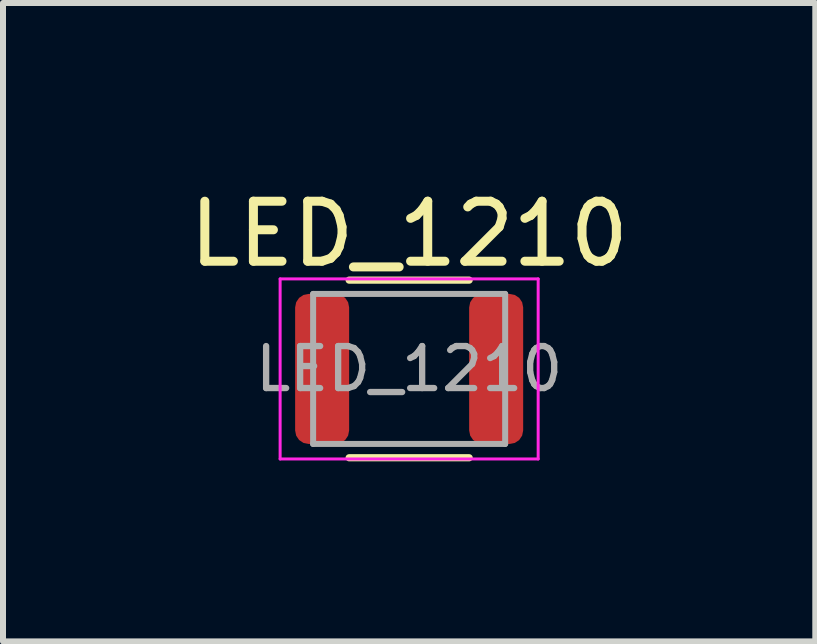
<source format=kicad_pcb>
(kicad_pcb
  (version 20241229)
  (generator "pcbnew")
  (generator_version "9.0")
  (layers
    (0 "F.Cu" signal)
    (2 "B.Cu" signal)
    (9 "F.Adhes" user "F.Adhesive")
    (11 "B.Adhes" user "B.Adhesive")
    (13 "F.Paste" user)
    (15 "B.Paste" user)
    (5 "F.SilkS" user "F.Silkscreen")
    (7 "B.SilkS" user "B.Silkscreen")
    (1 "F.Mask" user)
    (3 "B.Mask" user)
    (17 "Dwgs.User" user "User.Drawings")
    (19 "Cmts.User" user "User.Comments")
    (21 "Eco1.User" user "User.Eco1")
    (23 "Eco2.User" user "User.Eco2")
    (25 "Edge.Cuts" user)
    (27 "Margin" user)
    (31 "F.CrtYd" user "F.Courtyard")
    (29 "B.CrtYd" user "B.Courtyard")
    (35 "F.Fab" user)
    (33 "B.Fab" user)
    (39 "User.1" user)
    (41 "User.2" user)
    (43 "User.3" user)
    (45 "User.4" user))
  (footprint "LED_1210"
    (layer "F.Cu")
    (at 3.768 3.098)
    (property "Reference" "LED_1210" (at 0 -2.25 0) (layer "F.SilkS") (effects (font (size 1 1) (thickness 0.15))))
    (attr smd)
    (fp_line (start -1 -1.48) (end 1 -1.48) (stroke (width 0.12) (type solid)) (layer "F.SilkS"))
    (fp_line (start 1 1.48) (end -1 1.48) (stroke (width 0.12) (type solid)) (layer "F.SilkS"))
    (fp_line (start -2.15 -1.5) (end -2.15 1.5) (stroke (width 0.05) (type solid)) (layer "F.CrtYd"))
    (fp_line (start -2.15 -1.5) (end 2.15 -1.5) (stroke (width 0.05) (type solid)) (layer "F.CrtYd"))
    (fp_line (start 2.15 1.5) (end -2.15 1.5) (stroke (width 0.05) (type solid)) (layer "F.CrtYd"))
    (fp_line (start 2.15 1.5) (end 2.15 -1.5) (stroke (width 0.05) (type solid)) (layer "F.CrtYd"))
    (fp_line (start -1.6 -1.25) (end 1.6 -1.25) (stroke (width 0.1) (type solid)) (layer "F.Fab"))
    (fp_line (start -1.6 1.25) (end -1.6 -1.25) (stroke (width 0.1) (type solid)) (layer "F.Fab"))
    (fp_line (start 1.6 -1.25) (end 1.6 1.25) (stroke (width 0.1) (type solid)) (layer "F.Fab"))
    (fp_line (start 1.6 1.25) (end -1.6 1.25) (stroke (width 0.1) (type solid)) (layer "F.Fab"))
    (fp_text user "${REFERENCE}" (at 0 0 0) (layer "F.Fab") (effects (font (size 0.7 0.7) (thickness 0.105))))
    (pad "1" smd roundrect (at -1.45 0) (size 0.9 2.5) (layers "F.Cu" "F.Mask" "F.Paste") (roundrect_rratio 0.25))
    (pad "2" smd roundrect (at 1.45 0) (size 0.9 2.5) (layers "F.Cu" "F.Mask" "F.Paste") (roundrect_rratio 0.25)))
  (gr_rect
    (start -3 -3)
    (end 10.536 7.638)
    (stroke (width 0.1) (type default))
    (fill no)
    (layer "Edge.Cuts")))
</source>
